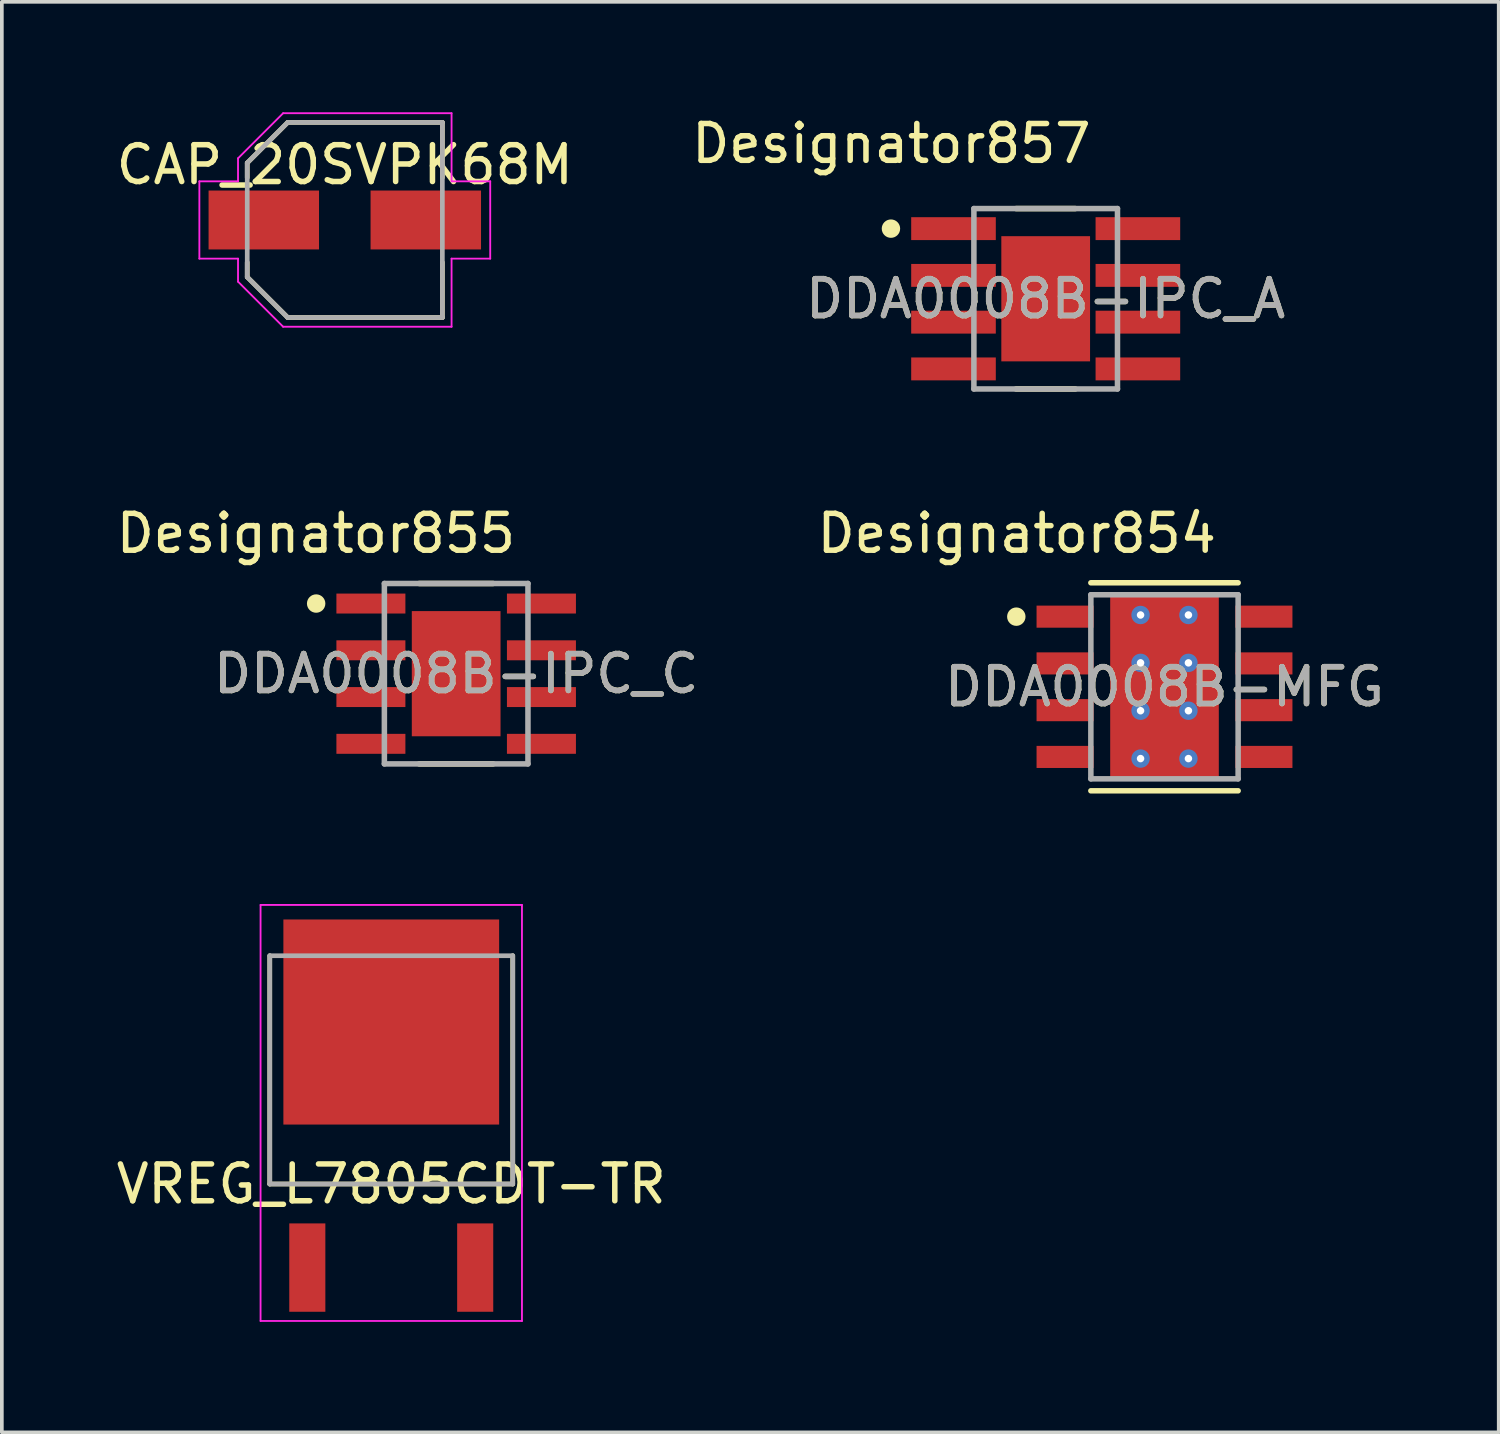
<source format=kicad_pcb>
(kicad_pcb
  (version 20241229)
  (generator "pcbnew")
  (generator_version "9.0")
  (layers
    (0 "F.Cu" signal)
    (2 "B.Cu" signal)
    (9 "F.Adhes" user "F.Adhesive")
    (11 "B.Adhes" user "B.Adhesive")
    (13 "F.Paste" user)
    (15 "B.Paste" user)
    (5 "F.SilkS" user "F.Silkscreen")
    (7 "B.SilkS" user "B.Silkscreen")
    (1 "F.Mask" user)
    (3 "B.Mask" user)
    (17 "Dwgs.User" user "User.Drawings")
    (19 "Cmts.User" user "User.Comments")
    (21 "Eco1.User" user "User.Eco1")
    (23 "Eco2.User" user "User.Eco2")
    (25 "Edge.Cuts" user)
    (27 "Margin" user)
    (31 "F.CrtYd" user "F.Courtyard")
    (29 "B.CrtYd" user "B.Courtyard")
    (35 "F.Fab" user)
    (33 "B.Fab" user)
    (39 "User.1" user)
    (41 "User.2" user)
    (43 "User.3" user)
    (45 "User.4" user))
  (footprint "CAP_20SVPK68M"
    (layer "F.Cu")
    (at 6.315 2.925)
    (property "Reference" "CAP_20SVPK68M" (at 0 -1.5 180) (layer "F.SilkS") (effects (font (size 1 1) (thickness 0.15))))
    (attr smd)
    (fp_line (start -2.65 -1.55) (end -1.55 -2.65) (stroke (width 0.127) (type solid)) (layer "F.SilkS"))
    (fp_line (start -2.65 -1.15) (end -2.65 -1.55) (stroke (width 0.127) (type solid)) (layer "F.SilkS"))
    (fp_line (start -2.65 1.15) (end -2.65 1.55) (stroke (width 0.127) (type solid)) (layer "F.SilkS"))
    (fp_line (start -2.65 1.55) (end -1.55 2.65) (stroke (width 0.127) (type solid)) (layer "F.SilkS"))
    (fp_line (start -1.55 -2.65) (end 2.65 -2.65) (stroke (width 0.127) (type solid)) (layer "F.SilkS"))
    (fp_line (start -1.55 2.65) (end 2.65 2.65) (stroke (width 0.127) (type solid)) (layer "F.SilkS"))
    (fp_line (start 2.65 -2.65) (end 2.65 -1.15) (stroke (width 0.127) (type solid)) (layer "F.SilkS"))
    (fp_line (start 2.65 2.65) (end 2.65 1.15) (stroke (width 0.127) (type solid)) (layer "F.SilkS"))
    (fp_line (start -3.95 -1.05) (end -2.9 -1.05) (stroke (width 0.05) (type solid)) (layer "F.CrtYd"))
    (fp_line (start -3.95 1.05) (end -3.95 -1.05) (stroke (width 0.05) (type solid)) (layer "F.CrtYd"))
    (fp_line (start -2.9 -1.675) (end -1.675 -2.9) (stroke (width 0.05) (type solid)) (layer "F.CrtYd"))
    (fp_line (start -2.9 -1.05) (end -2.9 -1.675) (stroke (width 0.05) (type solid)) (layer "F.CrtYd"))
    (fp_line (start -2.9 1.05) (end -3.95 1.05) (stroke (width 0.05) (type solid)) (layer "F.CrtYd"))
    (fp_line (start -2.9 1.675) (end -2.9 1.05) (stroke (width 0.05) (type solid)) (layer "F.CrtYd"))
    (fp_line (start -1.675 -2.9) (end 2.9 -2.9) (stroke (width 0.05) (type solid)) (layer "F.CrtYd"))
    (fp_line (start -1.675 2.9) (end -2.9 1.675) (stroke (width 0.05) (type solid)) (layer "F.CrtYd"))
    (fp_line (start 2.9 -2.9) (end 2.9 -1.05) (stroke (width 0.05) (type solid)) (layer "F.CrtYd"))
    (fp_line (start 2.9 -1.05) (end 3.95 -1.05) (stroke (width 0.05) (type solid)) (layer "F.CrtYd"))
    (fp_line (start 2.9 1.05) (end 2.9 2.9) (stroke (width 0.05) (type solid)) (layer "F.CrtYd"))
    (fp_line (start 2.9 2.9) (end -1.675 2.9) (stroke (width 0.05) (type solid)) (layer "F.CrtYd"))
    (fp_line (start 3.95 -1.05) (end 3.95 1.05) (stroke (width 0.05) (type solid)) (layer "F.CrtYd"))
    (fp_line (start 3.95 1.05) (end 2.9 1.05) (stroke (width 0.05) (type solid)) (layer "F.CrtYd"))
    (fp_line (start -2.65 -1.55) (end -1.55 -2.65) (stroke (width 0.127) (type solid)) (layer "F.Fab"))
    (fp_line (start -2.65 1.55) (end -2.65 -1.55) (stroke (width 0.127) (type solid)) (layer "F.Fab"))
    (fp_line (start -1.55 -2.65) (end 2.65 -2.65) (stroke (width 0.127) (type solid)) (layer "F.Fab"))
    (fp_line (start -1.55 2.65) (end -2.65 1.55) (stroke (width 0.127) (type solid)) (layer "F.Fab"))
    (fp_line (start 2.65 -2.65) (end 2.65 2.65) (stroke (width 0.127) (type solid)) (layer "F.Fab"))
    (fp_line (start 2.65 2.65) (end -1.55 2.65) (stroke (width 0.127) (type solid)) (layer "F.Fab"))
    (pad "1" smd rect (at -2.2 0) (size 3 1.6) (layers "F.Cu" "F.Mask" "F.Paste"))
    (pad "2" smd rect (at 2.2 0) (size 3 1.6) (layers "F.Cu" "F.Mask" "F.Paste")))
  (footprint "VREG_L7805CDT-TR"
    (layer "F.Cu")
    (at 7.577 27.179)
    (property "Reference" "VREG_L7805CDT-TR" (at 0 1.93 0) (layer "F.SilkS") (effects (font (size 1 1) (thickness 0.15))))
    (attr smd)
    (fp_line (start -3.3 -4.27) (end -3.3 1.93) (stroke (width 0.127) (type solid)) (layer "F.SilkS"))
    (fp_line (start -3.3 1.93) (end 3.3 1.93) (stroke (width 0.127) (type solid)) (layer "F.SilkS"))
    (fp_line (start 3.3 1.93) (end 3.3 -4.27) (stroke (width 0.127) (type solid)) (layer "F.SilkS"))
    (fp_line (start -3.55 -5.65) (end -3.55 5.65) (stroke (width 0.05) (type solid)) (layer "F.CrtYd"))
    (fp_line (start -3.55 5.65) (end 3.55 5.65) (stroke (width 0.05) (type solid)) (layer "F.CrtYd"))
    (fp_line (start 3.55 -5.65) (end -3.55 -5.65) (stroke (width 0.05) (type solid)) (layer "F.CrtYd"))
    (fp_line (start 3.55 5.65) (end 3.55 -5.65) (stroke (width 0.05) (type solid)) (layer "F.CrtYd"))
    (fp_line (start -3.3 -4.27) (end 3.3 -4.27) (stroke (width 0.127) (type solid)) (layer "F.Fab"))
    (fp_line (start -3.3 1.93) (end -3.3 -4.27) (stroke (width 0.127) (type solid)) (layer "F.Fab"))
    (fp_line (start 3.3 -4.27) (end 3.3 1.93) (stroke (width 0.127) (type solid)) (layer "F.Fab"))
    (fp_line (start 3.3 1.93) (end -3.3 1.93) (stroke (width 0.127) (type solid)) (layer "F.Fab"))
    (pad "1" smd rect (at -2.28 4.2) (size 0.98 2.4) (layers "F.Cu" "F.Mask" "F.Paste"))
    (pad "2" smd rect (at 2.28 4.2) (size 0.98 2.4) (layers "F.Cu" "F.Mask" "F.Paste"))
    (pad "3" smd rect (at 0 -2.47) (size 5.86 5.57) (layers "F.Cu" "F.Mask")))
  (footprint "DDA0008B-MFG"
    (layer "F.Cu")
    (at 28.579 15.604)
    (property "Reference" "DDA0008B-MFG" (at 0 0 0) (unlocked yes) (layer "F.SilkS") (effects (font (size 1 1) (thickness 0.15))))
    (attr smd)
    (fp_poly (pts (xy -1.355 -1.65) (xy -1.305 -1.7) (xy 1.305 -1.7) (xy 1.355 -1.65) (xy 1.355 1.65) (xy 1.305 1.7) (xy -1.305 1.7) (xy -1.355 1.65)) (stroke (width 0) (type solid)) (fill yes) (layer "F.Mask"))
    (fp_line (start -2 -2.825) (end 2 -2.825) (stroke (width 0.15) (type solid)) (layer "F.SilkS"))
    (fp_line (start -2 2.825) (end 2 2.825) (stroke (width 0.15) (type solid)) (layer "F.SilkS"))
    (fp_circle (center -4.025 -1.905) (end -3.9 -1.905) (stroke (width 0.25) (type solid)) (fill no) (layer "F.SilkS"))
    (fp_poly (pts (xy -1.355 -1.65) (xy -1.305 -1.7) (xy 1.305 -1.7) (xy 1.355 -1.65) (xy 1.355 1.65) (xy 1.305 1.7) (xy -1.305 1.7) (xy -1.355 1.65)) (stroke (width 0) (type solid)) (fill yes) (layer "F.Paste"))
    (fp_line (start -2 -2.5) (end 2 -2.5) (stroke (width 0.15) (type solid)) (layer "F.Fab"))
    (fp_line (start -2 2.5) (end -2 -2.5) (stroke (width 0.15) (type solid)) (layer "F.Fab"))
    (fp_line (start -2 2.5) (end 2 2.5) (stroke (width 0.15) (type solid)) (layer "F.Fab"))
    (fp_line (start 2 2.5) (end 2 -2.5) (stroke (width 0.15) (type solid)) (layer "F.Fab"))
    (fp_text user "Designator854" (at -4.013 -4.166 0) (unlocked yes) (layer "F.SilkS") (effects (font (size 1 1) (thickness 0.15))))
    (fp_text user "${REFERENCE}" (at 0 0 0) (unlocked yes) (layer "F.Fab") (effects (font (size 1 1) (thickness 0.15))))
    (pad "1" smd rect (at -2.7 -1.905) (size 1.55 0.6) (layers "F.Cu" "F.Mask" "F.Paste"))
    (pad "2" smd rect (at -2.7 -0.635) (size 1.55 0.6) (layers "F.Cu" "F.Mask" "F.Paste"))
    (pad "3" smd rect (at -2.7 0.635) (size 1.55 0.6) (layers "F.Cu" "F.Mask" "F.Paste"))
    (pad "4" smd rect (at -2.7 1.905) (size 1.55 0.6) (layers "F.Cu" "F.Mask" "F.Paste"))
    (pad "5" smd rect (at 2.7 1.905) (size 1.55 0.6) (layers "F.Cu" "F.Mask" "F.Paste"))
    (pad "6" smd rect (at 2.7 0.635) (size 1.55 0.6) (layers "F.Cu" "F.Mask" "F.Paste"))
    (pad "7" smd rect (at 2.7 -0.635) (size 1.55 0.6) (layers "F.Cu" "F.Mask" "F.Paste"))
    (pad "8" smd rect (at 2.7 -1.905) (size 1.55 0.6) (layers "F.Cu" "F.Mask" "F.Paste"))
    (pad "9" smd rect (at 0 0) (size 2.95 4.9) (layers "F.Cu"))
    (pad "10" thru_hole circle (at 0.65 1.95) (size 0.5 0.5) (drill 0.203) (layers "*.Cu" "*.Mask"))
    (pad "11" thru_hole circle (at 0.65 0.65) (size 0.5 0.5) (drill 0.203) (layers "*.Cu" "*.Mask"))
    (pad "12" thru_hole circle (at 0.65 -0.65) (size 0.5 0.5) (drill 0.203) (layers "*.Cu" "*.Mask"))
    (pad "13" thru_hole circle (at 0.65 -1.95) (size 0.5 0.5) (drill 0.203) (layers "*.Cu" "*.Mask"))
    (pad "14" thru_hole circle (at -0.65 1.95) (size 0.5 0.5) (drill 0.203) (layers "*.Cu" "*.Mask"))
    (pad "15" thru_hole circle (at -0.65 0.65) (size 0.5 0.5) (drill 0.203) (layers "*.Cu" "*.Mask"))
    (pad "16" thru_hole circle (at -0.65 -0.65) (size 0.5 0.5) (drill 0.203) (layers "*.Cu" "*.Mask"))
    (pad "17" thru_hole circle (at -0.65 -1.95) (size 0.5 0.5) (drill 0.203) (layers "*.Cu" "*.Mask")))
  (footprint "DDA0008B-IPC_A"
    (layer "F.Cu")
    (at 25.352 5.065)
    (property "Reference" "DDA0008B-IPC_A" (at 0 0 0) (unlocked yes) (layer "F.SilkS") (effects (font (size 1 1) (thickness 0.15))))
    (attr smd)
    (fp_line (start -0.804 -2.45) (end 0.804 -2.45) (stroke (width 0.15) (type solid)) (layer "F.SilkS"))
    (fp_line (start -0.804 2.45) (end 0.804 2.45) (stroke (width 0.15) (type solid)) (layer "F.SilkS"))
    (fp_circle (center -4.203 -1.905) (end -4.078 -1.905) (stroke (width 0.25) (type solid)) (fill no) (layer "F.SilkS"))
    (fp_poly (pts (xy -0.691 1.186) (xy 0.691 1.186) (xy 0.691 -1.186) (xy -0.691 -1.186)) (stroke (width 0) (type solid)) (fill yes) (layer "F.Paste"))
    (fp_line (start -1.95 -2.45) (end 1.95 -2.45) (stroke (width 0.15) (type solid)) (layer "F.Fab"))
    (fp_line (start -1.95 2.45) (end -1.95 -2.45) (stroke (width 0.15) (type solid)) (layer "F.Fab"))
    (fp_line (start -1.95 2.45) (end 1.95 2.45) (stroke (width 0.15) (type solid)) (layer "F.Fab"))
    (fp_line (start 1.95 2.45) (end 1.95 -2.45) (stroke (width 0.15) (type solid)) (layer "F.Fab"))
    (fp_text user "Designator857" (at -4.191 -4.216 0) (unlocked yes) (layer "F.SilkS") (effects (font (size 1 1) (thickness 0.15))))
    (fp_text user "${REFERENCE}" (at 0 0 0) (unlocked yes) (layer "F.Fab") (effects (font (size 1 1) (thickness 0.15))))
    (pad "1" smd rect (at -2.504 -1.905) (size 2.298 0.622) (layers "F.Cu" "F.Mask" "F.Paste"))
    (pad "2" smd rect (at -2.504 -0.635) (size 2.298 0.622) (layers "F.Cu" "F.Mask" "F.Paste"))
    (pad "3" smd rect (at -2.504 0.635) (size 2.298 0.622) (layers "F.Cu" "F.Mask" "F.Paste"))
    (pad "4" smd rect (at -2.504 1.905) (size 2.298 0.622) (layers "F.Cu" "F.Mask" "F.Paste"))
    (pad "5" smd rect (at 2.504 1.905) (size 2.298 0.622) (layers "F.Cu" "F.Mask" "F.Paste"))
    (pad "6" smd rect (at 2.504 0.635) (size 2.298 0.622) (layers "F.Cu" "F.Mask" "F.Paste"))
    (pad "7" smd rect (at 2.504 -0.635) (size 2.298 0.622) (layers "F.Cu" "F.Mask" "F.Paste"))
    (pad "8" smd rect (at 2.504 -1.905) (size 2.298 0.622) (layers "F.Cu" "F.Mask" "F.Paste"))
    (pad "9" smd rect (at 0 0) (size 2.41 3.4) (layers "F.Cu" "F.Mask")))
  (footprint "DDA0008B-IPC_C"
    (layer "F.Cu")
    (at 9.34 15.248)
    (property "Reference" "DDA0008B-IPC_C" (at 0 0 0) (unlocked yes) (layer "F.SilkS") (effects (font (size 1 1) (thickness 0.15))))
    (attr smd)
    (fp_line (start -1.004 -2.45) (end 1.004 -2.45) (stroke (width 0.15) (type solid)) (layer "F.SilkS"))
    (fp_line (start -1.004 2.45) (end 1.004 2.45) (stroke (width 0.15) (type solid)) (layer "F.SilkS"))
    (fp_circle (center -3.803 -1.905) (end -3.678 -1.905) (stroke (width 0.25) (type solid)) (fill no) (layer "F.SilkS"))
    (fp_poly (pts (xy -0.691 1.186) (xy 0.691 1.186) (xy 0.691 -1.186) (xy -0.691 -1.186)) (stroke (width 0) (type solid)) (fill yes) (layer "F.Paste"))
    (fp_line (start -1.95 -2.45) (end 1.95 -2.45) (stroke (width 0.15) (type solid)) (layer "F.Fab"))
    (fp_line (start -1.95 2.45) (end -1.95 -2.45) (stroke (width 0.15) (type solid)) (layer "F.Fab"))
    (fp_line (start -1.95 2.45) (end 1.95 2.45) (stroke (width 0.15) (type solid)) (layer "F.Fab"))
    (fp_line (start 1.95 2.45) (end 1.95 -2.45) (stroke (width 0.15) (type solid)) (layer "F.Fab"))
    (fp_text user "Designator855" (at -3.81 -3.81 0) (unlocked yes) (layer "F.SilkS") (effects (font (size 1 1) (thickness 0.15))))
    (fp_text user "${REFERENCE}" (at 0 0 0) (unlocked yes) (layer "F.Fab") (effects (font (size 1 1) (thickness 0.15))))
    (pad "1" smd rect (at -2.316 -1.905) (size 1.874 0.542) (layers "F.Cu" "F.Mask" "F.Paste"))
    (pad "2" smd rect (at -2.316 -0.635) (size 1.874 0.542) (layers "F.Cu" "F.Mask" "F.Paste"))
    (pad "3" smd rect (at -2.316 0.635) (size 1.874 0.542) (layers "F.Cu" "F.Mask" "F.Paste"))
    (pad "4" smd rect (at -2.316 1.905) (size 1.874 0.542) (layers "F.Cu" "F.Mask" "F.Paste"))
    (pad "5" smd rect (at 2.316 1.905) (size 1.874 0.542) (layers "F.Cu" "F.Mask" "F.Paste"))
    (pad "6" smd rect (at 2.316 0.635) (size 1.874 0.542) (layers "F.Cu" "F.Mask" "F.Paste"))
    (pad "7" smd rect (at 2.316 -0.635) (size 1.874 0.542) (layers "F.Cu" "F.Mask" "F.Paste"))
    (pad "8" smd rect (at 2.316 -1.905) (size 1.874 0.542) (layers "F.Cu" "F.Mask" "F.Paste"))
    (pad "9" smd rect (at 0 0) (size 2.41 3.4) (layers "F.Cu" "F.Mask")))
  (gr_rect
    (start -3 -3)
    (end 37.657 35.854)
    (stroke (width 0.1) (type default))
    (fill no)
    (layer "Edge.Cuts")))
</source>
